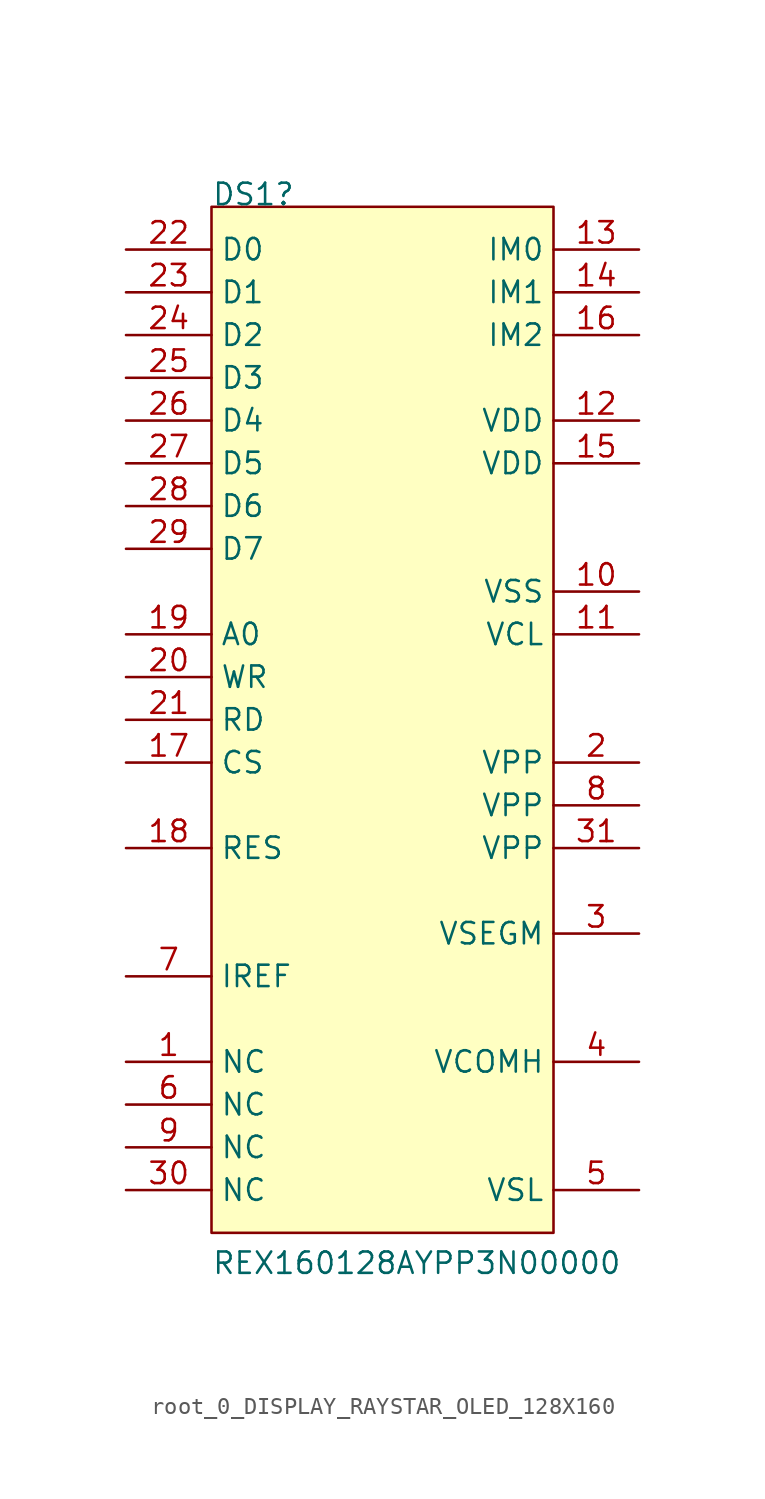
<source format=kicad_sym>
(kicad_symbol_lib
  (version 20220914)
  (generator kicad_symbol_editor)
  (symbol "root_0_DISPLAY_RAYSTAR_OLED_128X160"
    (property "Reference" "DS1"
      (at 0 0 0)
      (effects (font (size 1.27 1.27)) (justify left bottom)))
    (property "Value" "REX160128AYPP3N00000"
      (at 0 -63.5 0)
      (effects (font (size 1.27 1.27)) (justify left bottom)))
    (symbol "root_0_DISPLAY_RAYSTAR_OLED_128X160_1_0"
      (rectangle (start 20.32 0) (end 0 -60.96) (stroke (width 0) (type solid)) (fill (type background)))
      (pin passive line (at -5.08 -50.8 0) (length 5.08) (name "NC" (effects (font (size 1.27 1.27)))) (number "1" (effects (font (size 1.27 1.27)))))
      (pin power_in line (at 25.4 -22.86 180) (length 5.08) (name "VSS" (effects (font (size 1.27 1.27)))) (number "10" (effects (font (size 1.27 1.27)))))
      (pin power_in line (at 25.4 -25.4 180) (length 5.08) (name "VCL" (effects (font (size 1.27 1.27)))) (number "11" (effects (font (size 1.27 1.27)))))
      (pin power_in line (at 25.4 -12.7 180) (length 5.08) (name "VDD" (effects (font (size 1.27 1.27)))) (number "12" (effects (font (size 1.27 1.27)))))
      (pin passive line (at 25.4 -2.54 180) (length 5.08) (name "IM0" (effects (font (size 1.27 1.27)))) (number "13" (effects (font (size 1.27 1.27)))))
      (pin passive line (at 25.4 -5.08 180) (length 5.08) (name "IM1" (effects (font (size 1.27 1.27)))) (number "14" (effects (font (size 1.27 1.27)))))
      (pin power_in line (at 25.4 -15.24 180) (length 5.08) (name "VDD" (effects (font (size 1.27 1.27)))) (number "15" (effects (font (size 1.27 1.27)))))
      (pin passive line (at 25.4 -7.62 180) (length 5.08) (name "IM2" (effects (font (size 1.27 1.27)))) (number "16" (effects (font (size 1.27 1.27)))))
      (pin input line (at -5.08 -33.02 0) (length 5.08) (name "CS" (effects (font (size 1.27 1.27)))) (number "17" (effects (font (size 1.27 1.27)))))
      (pin input line (at -5.08 -38.1 0) (length 5.08) (name "RES" (effects (font (size 1.27 1.27)))) (number "18" (effects (font (size 1.27 1.27)))))
      (pin input line (at -5.08 -25.4 0) (length 5.08) (name "A0" (effects (font (size 1.27 1.27)))) (number "19" (effects (font (size 1.27 1.27)))))
      (pin power_in line (at 25.4 -33.02 180) (length 5.08) (name "VPP" (effects (font (size 1.27 1.27)))) (number "2" (effects (font (size 1.27 1.27)))))
      (pin input line (at -5.08 -27.94 0) (length 5.08) (name "WR" (effects (font (size 1.27 1.27)))) (number "20" (effects (font (size 1.27 1.27)))))
      (pin input line (at -5.08 -30.48 0) (length 5.08) (name "RD" (effects (font (size 1.27 1.27)))) (number "21" (effects (font (size 1.27 1.27)))))
      (pin passive line (at -5.08 -2.54 0) (length 5.08) (name "D0" (effects (font (size 1.27 1.27)))) (number "22" (effects (font (size 1.27 1.27)))))
      (pin passive line (at -5.08 -5.08 0) (length 5.08) (name "D1" (effects (font (size 1.27 1.27)))) (number "23" (effects (font (size 1.27 1.27)))))
      (pin passive line (at -5.08 -7.62 0) (length 5.08) (name "D2" (effects (font (size 1.27 1.27)))) (number "24" (effects (font (size 1.27 1.27)))))
      (pin passive line (at -5.08 -10.16 0) (length 5.08) (name "D3" (effects (font (size 1.27 1.27)))) (number "25" (effects (font (size 1.27 1.27)))))
      (pin passive line (at -5.08 -12.7 0) (length 5.08) (name "D4" (effects (font (size 1.27 1.27)))) (number "26" (effects (font (size 1.27 1.27)))))
      (pin passive line (at -5.08 -15.24 0) (length 5.08) (name "D5" (effects (font (size 1.27 1.27)))) (number "27" (effects (font (size 1.27 1.27)))))
      (pin passive line (at -5.08 -17.78 0) (length 5.08) (name "D6" (effects (font (size 1.27 1.27)))) (number "28" (effects (font (size 1.27 1.27)))))
      (pin passive line (at -5.08 -20.32 0) (length 5.08) (name "D7" (effects (font (size 1.27 1.27)))) (number "29" (effects (font (size 1.27 1.27)))))
      (pin passive line (at 25.4 -43.18 180) (length 5.08) (name "VSEGM" (effects (font (size 1.27 1.27)))) (number "3" (effects (font (size 1.27 1.27)))))
      (pin passive line (at -5.08 -58.42 0) (length 5.08) (name "NC" (effects (font (size 1.27 1.27)))) (number "30" (effects (font (size 1.27 1.27)))))
      (pin power_in line (at 25.4 -38.1 180) (length 5.08) (name "VPP" (effects (font (size 1.27 1.27)))) (number "31" (effects (font (size 1.27 1.27)))))
      (pin passive line (at 25.4 -50.8 180) (length 5.08) (name "VCOMH" (effects (font (size 1.27 1.27)))) (number "4" (effects (font (size 1.27 1.27)))))
      (pin passive line (at 25.4 -58.42 180) (length 5.08) (name "VSL" (effects (font (size 1.27 1.27)))) (number "5" (effects (font (size 1.27 1.27)))))
      (pin passive line (at -5.08 -53.34 0) (length 5.08) (name "NC" (effects (font (size 1.27 1.27)))) (number "6" (effects (font (size 1.27 1.27)))))
      (pin passive line (at -5.08 -45.72 0) (length 5.08) (name "IREF" (effects (font (size 1.27 1.27)))) (number "7" (effects (font (size 1.27 1.27)))))
      (pin power_in line (at 25.4 -35.56 180) (length 5.08) (name "VPP" (effects (font (size 1.27 1.27)))) (number "8" (effects (font (size 1.27 1.27)))))
      (pin passive line (at -5.08 -55.88 0) (length 5.08) (name "NC" (effects (font (size 1.27 1.27)))) (number "9" (effects (font (size 1.27 1.27))))))))
</source>
